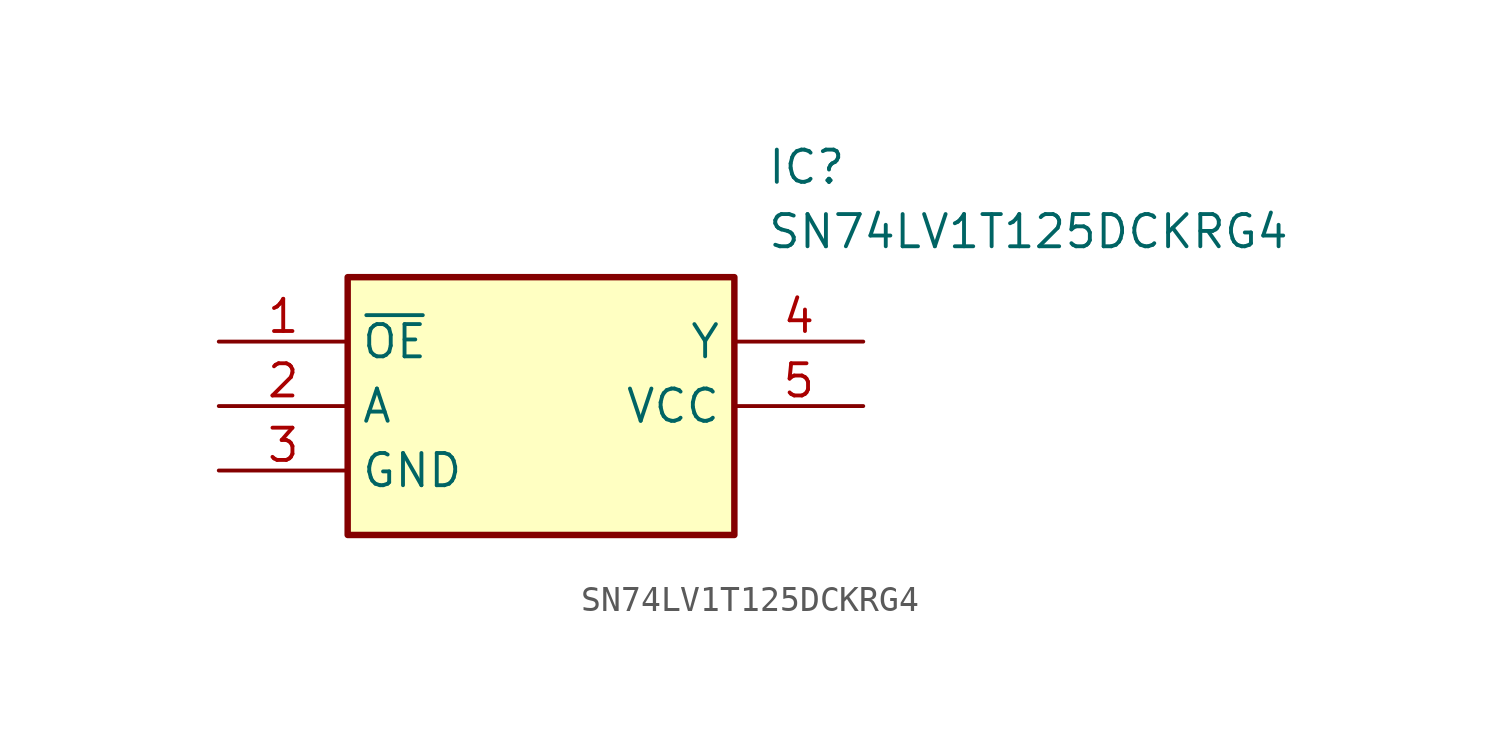
<source format=kicad_sym>
(kicad_symbol_lib
  (version 20211014)
  (generator SamacSys_ECAD_Model)
  (symbol "SN74LV1T125DCKRG4"
    (property "Reference" "IC"
      (at 21.59 7.62 0)
      (effects (font (size 1.27 1.27)) (justify left top)))
    (property "Value" "SN74LV1T125DCKRG4"
      (at 21.59 5.08 0)
      (effects (font (size 1.27 1.27)) (justify left top)))
    (rectangle
      (start 5.08 2.54)
      (end 20.32 -7.62)
      (stroke (width 0.254) (type default))
      (fill (type background)))
    (pin passive line
      (at 0 0 0)
      (length 5.08)
      (name "~{OE}" (effects (font (size 1.27 1.27))))
      (number "1" (effects (font (size 1.27 1.27)))))
    (pin passive line
      (at 0 -2.54 0)
      (length 5.08)
      (name "A" (effects (font (size 1.27 1.27))))
      (number "2" (effects (font (size 1.27 1.27)))))
    (pin passive line
      (at 0 -5.08 0)
      (length 5.08)
      (name "GND" (effects (font (size 1.27 1.27))))
      (number "3" (effects (font (size 1.27 1.27)))))
    (pin passive line
      (at 25.4 0 180)
      (length 5.08)
      (name "Y" (effects (font (size 1.27 1.27))))
      (number "4" (effects (font (size 1.27 1.27)))))
    (pin passive line
      (at 25.4 -2.54 180)
      (length 5.08)
      (name "VCC" (effects (font (size 1.27 1.27))))
      (number "5" (effects (font (size 1.27 1.27)))))))
</source>
